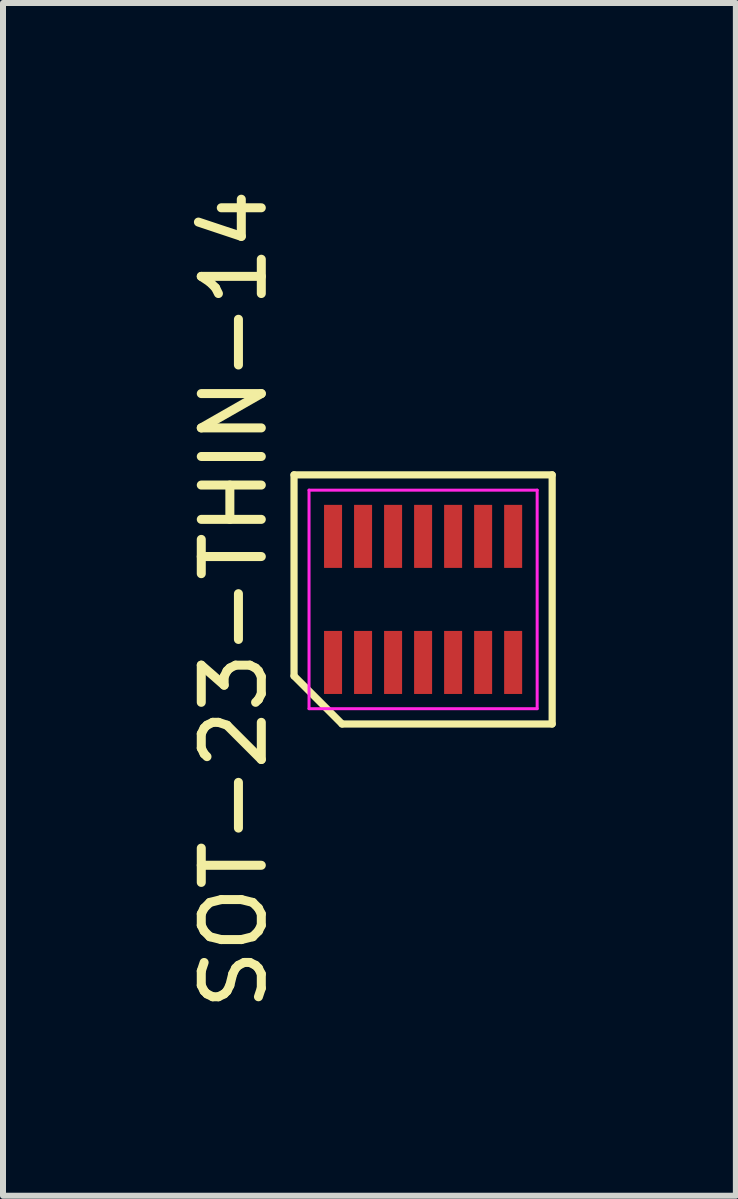
<source format=kicad_pcb>
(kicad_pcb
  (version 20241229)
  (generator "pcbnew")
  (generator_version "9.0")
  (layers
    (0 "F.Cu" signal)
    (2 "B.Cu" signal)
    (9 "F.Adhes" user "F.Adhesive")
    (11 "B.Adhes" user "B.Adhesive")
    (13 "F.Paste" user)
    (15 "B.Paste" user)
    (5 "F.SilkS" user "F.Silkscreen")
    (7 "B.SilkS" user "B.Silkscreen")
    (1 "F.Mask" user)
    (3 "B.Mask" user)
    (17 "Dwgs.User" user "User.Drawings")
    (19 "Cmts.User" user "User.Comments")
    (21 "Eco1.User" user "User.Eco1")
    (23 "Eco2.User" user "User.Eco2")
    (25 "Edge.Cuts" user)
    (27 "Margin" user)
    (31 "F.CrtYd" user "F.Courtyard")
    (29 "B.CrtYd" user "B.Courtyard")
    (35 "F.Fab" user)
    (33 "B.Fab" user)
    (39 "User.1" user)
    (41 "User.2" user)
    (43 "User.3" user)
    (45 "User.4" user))
  (footprint "SOT-23-THIN-14"
    (layer "F.Cu")
    (at 3.998 6.935)
    (property "Reference" "SOT-23-THIN-14" (at -3.15 0 90) (unlocked yes) (layer "F.SilkS") (effects (font (size 1 1) (thickness 0.15))))
    (attr smd)
    (fp_line (start -2.15 -2.075) (end 2.15 -2.075) (stroke (width 0.12) (type default)) (layer "F.SilkS"))
    (fp_line (start -2.15 1.275) (end -2.15 -2.075) (stroke (width 0.12) (type default)) (layer "F.SilkS"))
    (fp_line (start -1.35 2.075) (end -2.15 1.275) (stroke (width 0.12) (type default)) (layer "F.SilkS"))
    (fp_line (start 2.15 -2.075) (end 2.15 2.075) (stroke (width 0.12) (type default)) (layer "F.SilkS"))
    (fp_line (start 2.15 2.075) (end -1.35 2.075) (stroke (width 0.12) (type default)) (layer "F.SilkS"))
    (fp_line (start -1.9 -1.82) (end 1.9 -1.82) (stroke (width 0.05) (type default)) (layer "F.CrtYd"))
    (fp_line (start -1.9 1.82) (end -1.9 -1.82) (stroke (width 0.05) (type default)) (layer "F.CrtYd"))
    (fp_line (start 1.9 -1.82) (end 1.9 1.82) (stroke (width 0.05) (type default)) (layer "F.CrtYd"))
    (fp_line (start 1.9 1.82) (end -1.9 1.82) (stroke (width 0.05) (type default)) (layer "F.CrtYd"))
    (pad "1" smd rect (at -1.5 1.05) (size 0.3 1.05) (layers "F.Cu" "F.Mask" "F.Paste"))
    (pad "2" smd rect (at -1 1.05) (size 0.3 1.05) (layers "F.Cu" "F.Mask" "F.Paste"))
    (pad "3" smd rect (at -0.5 1.05) (size 0.3 1.05) (layers "F.Cu" "F.Mask" "F.Paste"))
    (pad "4" smd rect (at 0 1.05) (size 0.3 1.05) (layers "F.Cu" "F.Mask" "F.Paste"))
    (pad "5" smd rect (at 0.5 1.05) (size 0.3 1.05) (layers "F.Cu" "F.Mask" "F.Paste"))
    (pad "6" smd rect (at 1 1.05) (size 0.3 1.05) (layers "F.Cu" "F.Mask" "F.Paste"))
    (pad "7" smd rect (at 1.5 1.05) (size 0.3 1.05) (layers "F.Cu" "F.Mask" "F.Paste"))
    (pad "8" smd rect (at 1.5 -1.05) (size 0.3 1.05) (layers "F.Cu" "F.Mask" "F.Paste"))
    (pad "9" smd rect (at 1 -1.05) (size 0.3 1.05) (layers "F.Cu" "F.Mask" "F.Paste"))
    (pad "10" smd rect (at 0.5 -1.05) (size 0.3 1.05) (layers "F.Cu" "F.Mask" "F.Paste"))
    (pad "11" smd rect (at 0 -1.05) (size 0.3 1.05) (layers "F.Cu" "F.Mask" "F.Paste"))
    (pad "12" smd rect (at -0.5 -1.05) (size 0.3 1.05) (layers "F.Cu" "F.Mask" "F.Paste"))
    (pad "13" smd rect (at -1 -1.05) (size 0.3 1.05) (layers "F.Cu" "F.Mask" "F.Paste"))
    (pad "14" smd rect (at -1.5 -1.05) (size 0.3 1.05) (layers "F.Cu" "F.Mask" "F.Paste")))
  (gr_rect
    (start -3 -3)
    (end 9.208 16.869)
    (stroke (width 0.1) (type default))
    (fill no)
    (layer "Edge.Cuts")))
</source>
